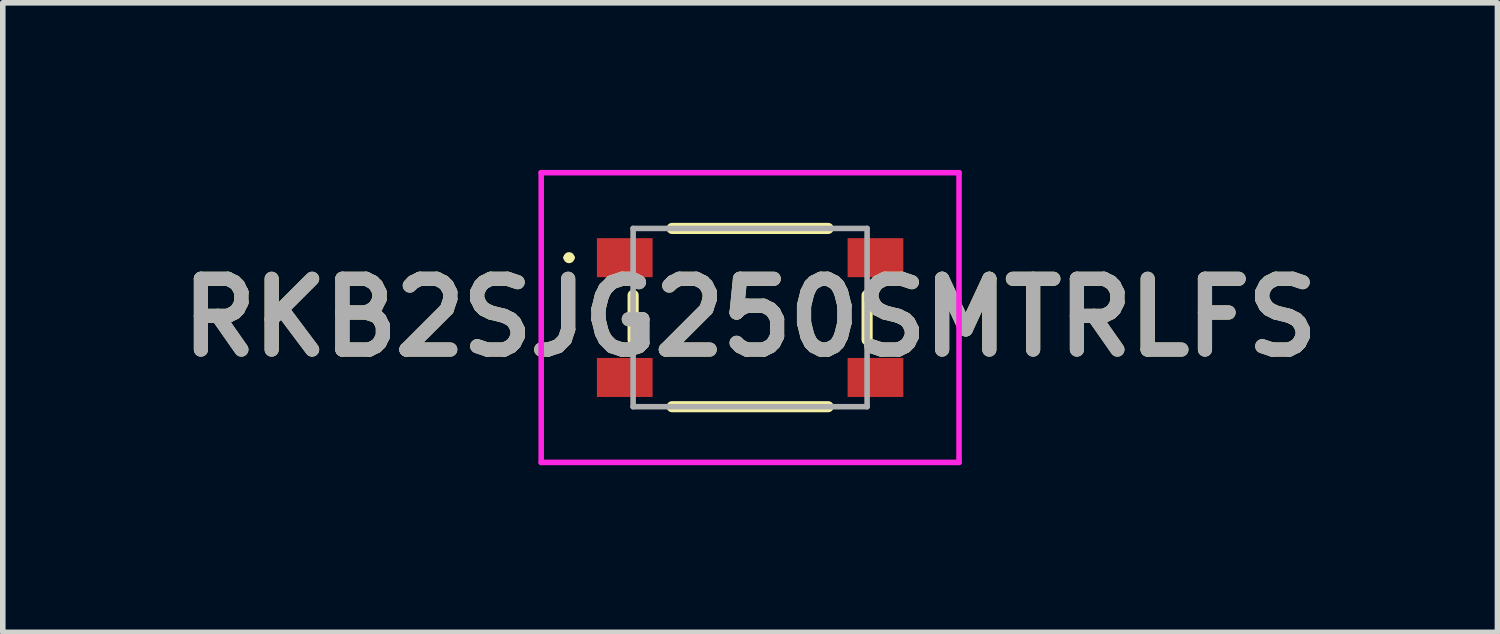
<source format=kicad_pcb>
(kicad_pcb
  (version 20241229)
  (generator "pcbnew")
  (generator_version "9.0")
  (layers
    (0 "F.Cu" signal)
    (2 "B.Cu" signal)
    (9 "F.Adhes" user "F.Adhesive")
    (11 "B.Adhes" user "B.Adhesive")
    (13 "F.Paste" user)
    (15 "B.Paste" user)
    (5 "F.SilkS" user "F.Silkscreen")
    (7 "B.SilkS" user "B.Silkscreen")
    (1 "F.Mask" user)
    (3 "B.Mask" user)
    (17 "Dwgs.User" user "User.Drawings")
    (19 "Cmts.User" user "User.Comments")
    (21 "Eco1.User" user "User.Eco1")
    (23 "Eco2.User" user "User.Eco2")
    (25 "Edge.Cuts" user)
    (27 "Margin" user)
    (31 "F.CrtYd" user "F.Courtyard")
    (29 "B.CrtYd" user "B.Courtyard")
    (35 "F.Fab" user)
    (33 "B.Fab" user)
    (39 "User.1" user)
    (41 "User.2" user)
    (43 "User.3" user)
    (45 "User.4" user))
  (footprint "RKB2SJG250SMTRLFS"
    (layer "F.Cu")
    (at 10.414 2.65)
    (property "Reference" "RKB2SJG250SMTRLFS" (at 0 0 0) (layer "F.SilkS") (effects (font (size 1.27 1.27) (thickness 0.254))))
    (attr smd)
    (fp_line (start -3.3 -1.075) (end -3.3 -1.075) (stroke (width 0.1) (type solid)) (layer "F.SilkS"))
    (fp_line (start -3.2 -1.075) (end -3.2 -1.075) (stroke (width 0.1) (type solid)) (layer "F.SilkS"))
    (fp_line (start -2.1 -0.4) (end -2.1 0.4) (stroke (width 0.2) (type solid)) (layer "F.SilkS"))
    (fp_line (start -1.4 -1.6) (end 1.4 -1.6) (stroke (width 0.2) (type solid)) (layer "F.SilkS"))
    (fp_line (start -1.4 1.6) (end 1.4 1.6) (stroke (width 0.2) (type solid)) (layer "F.SilkS"))
    (fp_line (start 2.1 0.4) (end 2.1 -0.4) (stroke (width 0.2) (type solid)) (layer "F.SilkS"))
    (fp_arc (start -3.3 -1.075) (mid -3.25 -1.125) (end -3.2 -1.075) (stroke (width 0.1) (type solid)) (layer "F.SilkS"))
    (fp_arc (start -3.2 -1.075) (mid -3.25 -1.025) (end -3.3 -1.075) (stroke (width 0.1) (type solid)) (layer "F.SilkS"))
    (fp_line (start -3.75 -2.6) (end 3.75 -2.6) (stroke (width 0.1) (type solid)) (layer "F.CrtYd"))
    (fp_line (start -3.75 2.6) (end -3.75 -2.6) (stroke (width 0.1) (type solid)) (layer "F.CrtYd"))
    (fp_line (start 3.75 -2.6) (end 3.75 2.6) (stroke (width 0.1) (type solid)) (layer "F.CrtYd"))
    (fp_line (start 3.75 2.6) (end -3.75 2.6) (stroke (width 0.1) (type solid)) (layer "F.CrtYd"))
    (fp_line (start -2.1 -1.6) (end -2.1 1.6) (stroke (width 0.1) (type solid)) (layer "F.Fab"))
    (fp_line (start -2.1 1.6) (end 2.1 1.6) (stroke (width 0.1) (type solid)) (layer "F.Fab"))
    (fp_line (start 2.1 -1.6) (end -2.1 -1.6) (stroke (width 0.1) (type solid)) (layer "F.Fab"))
    (fp_line (start 2.1 1.6) (end 2.1 -1.6) (stroke (width 0.1) (type solid)) (layer "F.Fab"))
    (fp_text user "${REFERENCE}" (at 0 0 0) (layer "F.Fab") (effects (font (size 1.27 1.27) (thickness 0.254))))
    (pad "1" smd rect (at -2.25 -1.075 90) (size 0.7 1) (layers "F.Cu" "F.Mask" "F.Paste"))
    (pad "2" smd rect (at 2.25 -1.075 90) (size 0.7 1) (layers "F.Cu" "F.Mask" "F.Paste"))
    (pad "3" smd rect (at -2.25 1.075 90) (size 0.7 1) (layers "F.Cu" "F.Mask" "F.Paste"))
    (pad "4" smd rect (at 2.25 1.075 90) (size 0.7 1) (layers "F.Cu" "F.Mask" "F.Paste")))
  (gr_rect
    (start -3 -3)
    (end 23.828 8.3)
    (stroke (width 0.1) (type default))
    (fill no)
    (layer "Edge.Cuts")))
</source>
